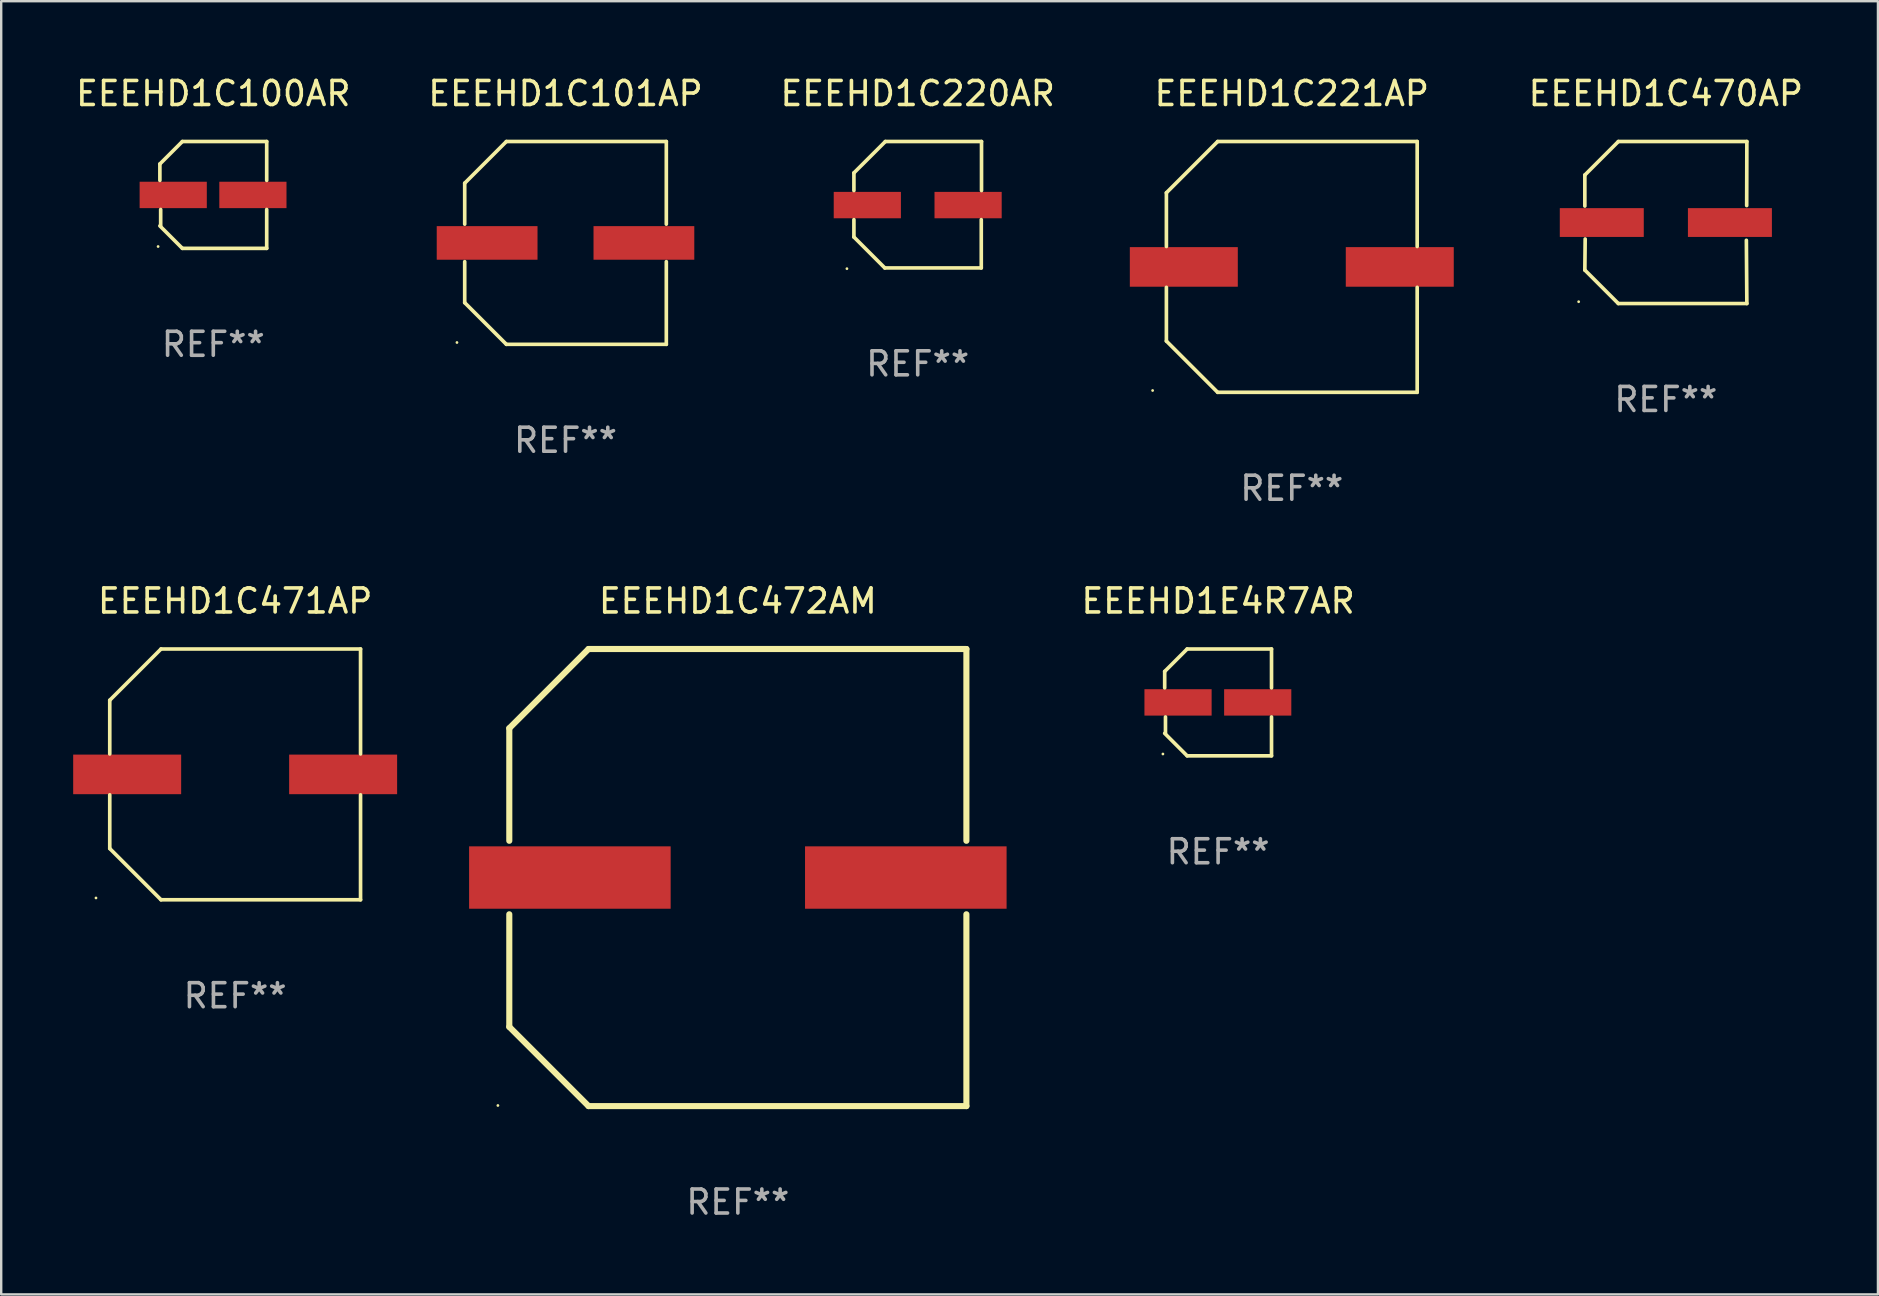
<source format=kicad_pcb>
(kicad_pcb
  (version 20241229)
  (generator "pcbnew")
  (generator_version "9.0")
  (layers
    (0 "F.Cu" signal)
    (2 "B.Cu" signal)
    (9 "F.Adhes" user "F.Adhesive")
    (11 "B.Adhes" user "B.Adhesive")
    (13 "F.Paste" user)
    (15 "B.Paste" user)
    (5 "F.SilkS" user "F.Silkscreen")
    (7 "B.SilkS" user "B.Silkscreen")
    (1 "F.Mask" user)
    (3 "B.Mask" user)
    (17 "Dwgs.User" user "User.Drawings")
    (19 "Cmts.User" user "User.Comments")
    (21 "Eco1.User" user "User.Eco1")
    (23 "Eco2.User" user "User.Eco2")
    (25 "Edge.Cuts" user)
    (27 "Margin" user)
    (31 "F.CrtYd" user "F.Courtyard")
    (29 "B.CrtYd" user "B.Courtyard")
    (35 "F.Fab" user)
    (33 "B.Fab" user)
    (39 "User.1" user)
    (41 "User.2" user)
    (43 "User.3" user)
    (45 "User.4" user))
  (footprint "EEEHD1C220AR"
    (layer "F.Cu")
    (at 35.196 5.482)
    (property "Reference" "EEEHD1C220AR" (at 0 -4.634 0) (layer "F.SilkS") (effects (font (size 1 1) (thickness 0.15))))
    (attr through_hole)
    (fp_line (start -2.659 -1.326) (end -2.659 -0.592) (stroke (width 0.152) (type solid)) (layer "F.SilkS"))
    (fp_line (start -2.659 1.346) (end -2.659 0.622) (stroke (width 0.152) (type solid)) (layer "F.SilkS"))
    (fp_line (start -1.372 2.634) (end -2.659 1.346) (stroke (width 0.152) (type solid)) (layer "F.SilkS"))
    (fp_line (start -1.349 -2.634) (end -2.659 -1.326) (stroke (width 0.152) (type solid)) (layer "F.SilkS"))
    (fp_line (start 2.649 0.622) (end 2.649 2.634) (stroke (width 0.152) (type solid)) (layer "F.SilkS"))
    (fp_line (start 2.649 2.634) (end -1.372 2.634) (stroke (width 0.152) (type solid)) (layer "F.SilkS"))
    (fp_line (start 2.659 -2.634) (end -1.349 -2.634) (stroke (width 0.152) (type solid)) (layer "F.SilkS"))
    (fp_line (start 2.659 -0.592) (end 2.659 -2.634) (stroke (width 0.152) (type solid)) (layer "F.SilkS"))
    (fp_circle (center -2.95 2.665) (end -2.92 2.665) (stroke (width 0.06) (type solid)) (fill no) (layer "F.SilkS"))
    (fp_text user "REF**" (at 0 6.634 0) (layer "F.Fab") (effects (font (size 1 1) (thickness 0.15))))
    (pad "1" smd rect (at -2.1 0.015) (size 2.8 1.1) (layers "F.Cu" "F.Mask" "F.Paste"))
    (pad "2" smd rect (at 2.1 0.015) (size 2.8 1.1) (layers "F.Cu" "F.Mask" "F.Paste")))
  (footprint "EEEHD1C472AM"
    (layer "F.Cu")
    (at 27.7 33.522)
    (property "Reference" "EEEHD1C472AM" (at 0 -11.525 0) (layer "F.SilkS") (effects (font (size 1 1) (thickness 0.15))))
    (attr through_hole)
    (fp_line (start -9.525 -6.223) (end -9.525 -1.531) (stroke (width 0.254) (type solid)) (layer "F.SilkS"))
    (fp_line (start -9.525 1.531) (end -9.525 6.223) (stroke (width 0.254) (type solid)) (layer "F.SilkS"))
    (fp_line (start -9.525 6.223) (end -6.223 9.525) (stroke (width 0.254) (type solid)) (layer "F.SilkS"))
    (fp_line (start -6.223 -9.525) (end -9.525 -6.223) (stroke (width 0.254) (type solid)) (layer "F.SilkS"))
    (fp_line (start -6.223 9.525) (end 9.525 9.525) (stroke (width 0.254) (type solid)) (layer "F.SilkS"))
    (fp_line (start 9.525 -9.525) (end -6.223 -9.525) (stroke (width 0.254) (type solid)) (layer "F.SilkS"))
    (fp_line (start 9.525 -1.531) (end 9.525 -9.525) (stroke (width 0.254) (type solid)) (layer "F.SilkS"))
    (fp_line (start 9.525 9.525) (end 9.525 1.531) (stroke (width 0.254) (type solid)) (layer "F.SilkS"))
    (fp_circle (center -10 9.5) (end -9.97 9.5) (stroke (width 0.06) (type solid)) (fill no) (layer "F.SilkS"))
    (fp_text user "REF**" (at 0 13.525 0) (layer "F.Fab") (effects (font (size 1 1) (thickness 0.15))))
    (pad "1" smd rect (at -7 0) (size 8.4 2.6) (layers "F.Cu" "F.Mask" "F.Paste"))
    (pad "2" smd rect (at 7 0) (size 8.4 2.6) (layers "F.Cu" "F.Mask" "F.Paste")))
  (footprint "EEEHD1E4R7AR"
    (layer "F.Cu")
    (at 47.715 26.223)
    (property "Reference" "EEEHD1E4R7AR" (at 0 -4.226 0) (layer "F.SilkS") (effects (font (size 1 1) (thickness 0.15))))
    (attr through_hole)
    (fp_line (start -2.226 -1.29) (end -2.226 -0.607) (stroke (width 0.152) (type solid)) (layer "F.SilkS"))
    (fp_line (start -2.193 1.29) (end -2.193 0.607) (stroke (width 0.152) (type solid)) (layer "F.SilkS"))
    (fp_line (start -1.29 2.226) (end -2.226 1.29) (stroke (width 0.152) (type solid)) (layer "F.SilkS"))
    (fp_line (start -1.29 -2.226) (end -2.226 -1.29) (stroke (width 0.152) (type solid)) (layer "F.SilkS"))
    (fp_line (start 2.226 -2.226) (end -1.29 -2.226) (stroke (width 0.152) (type solid)) (layer "F.SilkS"))
    (fp_line (start 2.226 -0.607) (end 2.226 -2.226) (stroke (width 0.152) (type solid)) (layer "F.SilkS"))
    (fp_line (start 2.226 0.607) (end 2.226 2.226) (stroke (width 0.152) (type solid)) (layer "F.SilkS"))
    (fp_line (start 2.226 2.226) (end -1.29 2.226) (stroke (width 0.152) (type solid)) (layer "F.SilkS"))
    (fp_circle (center -2.3 2.15) (end -2.27 2.15) (stroke (width 0.06) (type solid)) (fill no) (layer "F.SilkS"))
    (fp_text user "REF**" (at 0 6.226 0) (layer "F.Fab") (effects (font (size 1 1) (thickness 0.15))))
    (pad "1" smd rect (at -1.67 -0.000025) (size 2.8 1.1) (layers "F.Cu" "F.Mask" "F.Paste"))
    (pad "2" smd rect (at 1.651 -0.000025) (size 2.8 1.1) (layers "F.Cu" "F.Mask" "F.Paste")))
  (footprint "EEEHD1C100AR"
    (layer "F.Cu")
    (at 5.839 5.074)
    (property "Reference" "EEEHD1C100AR" (at 0 -4.226 0) (layer "F.SilkS") (effects (font (size 1 1) (thickness 0.15))))
    (attr through_hole)
    (fp_line (start -2.226 -1.29) (end -2.226 -0.607) (stroke (width 0.152) (type solid)) (layer "F.SilkS"))
    (fp_line (start -2.193 1.29) (end -2.193 0.607) (stroke (width 0.152) (type solid)) (layer "F.SilkS"))
    (fp_line (start -1.29 2.226) (end -2.226 1.29) (stroke (width 0.152) (type solid)) (layer "F.SilkS"))
    (fp_line (start -1.29 -2.226) (end -2.226 -1.29) (stroke (width 0.152) (type solid)) (layer "F.SilkS"))
    (fp_line (start 2.226 -2.226) (end -1.29 -2.226) (stroke (width 0.152) (type solid)) (layer "F.SilkS"))
    (fp_line (start 2.226 -0.607) (end 2.226 -2.226) (stroke (width 0.152) (type solid)) (layer "F.SilkS"))
    (fp_line (start 2.226 0.607) (end 2.226 2.226) (stroke (width 0.152) (type solid)) (layer "F.SilkS"))
    (fp_line (start 2.226 2.226) (end -1.29 2.226) (stroke (width 0.152) (type solid)) (layer "F.SilkS"))
    (fp_circle (center -2.3 2.15) (end -2.27 2.15) (stroke (width 0.06) (type solid)) (fill no) (layer "F.SilkS"))
    (fp_text user "REF**" (at 0 6.226 0) (layer "F.Fab") (effects (font (size 1 1) (thickness 0.15))))
    (pad "1" smd rect (at -1.67 -0.000025) (size 2.8 1.1) (layers "F.Cu" "F.Mask" "F.Paste"))
    (pad "2" smd rect (at 1.651 -0.000025) (size 2.8 1.1) (layers "F.Cu" "F.Mask" "F.Paste")))
  (footprint "EEEHD1C101AP"
    (layer "F.Cu")
    (at 20.518 7.074)
    (property "Reference" "EEEHD1C101AP" (at 0 -6.226 0) (layer "F.SilkS") (effects (font (size 1 1) (thickness 0.15))))
    (attr through_hole)
    (fp_line (start -4.201 -2.49) (end -4.201 -0.782) (stroke (width 0.152) (type solid)) (layer "F.SilkS"))
    (fp_line (start -4.201 2.49) (end -4.201 0.782) (stroke (width 0.152) (type solid)) (layer "F.SilkS"))
    (fp_line (start -2.465 -4.226) (end -4.201 -2.49) (stroke (width 0.152) (type solid)) (layer "F.SilkS"))
    (fp_line (start -2.465 4.226) (end -4.201 2.49) (stroke (width 0.152) (type solid)) (layer "F.SilkS"))
    (fp_line (start 4.201 -4.226) (end -2.465 -4.226) (stroke (width 0.152) (type solid)) (layer "F.SilkS"))
    (fp_line (start 4.201 -0.782) (end 4.201 -4.226) (stroke (width 0.152) (type solid)) (layer "F.SilkS"))
    (fp_line (start 4.201 0.782) (end 4.201 4.226) (stroke (width 0.152) (type solid)) (layer "F.SilkS"))
    (fp_line (start 4.201 4.226) (end -2.465 4.226) (stroke (width 0.152) (type solid)) (layer "F.SilkS"))
    (fp_circle (center -4.524 4.15) (end -4.494 4.15) (stroke (width 0.06) (type solid)) (fill no) (layer "F.SilkS"))
    (fp_text user "REF**" (at 0 8.226 0) (layer "F.Fab") (effects (font (size 1 1) (thickness 0.15))))
    (pad "1" smd rect (at -3.267 0) (size 4.2 1.4) (layers "F.Cu" "F.Mask" "F.Paste"))
    (pad "2" smd rect (at 3.267 0) (size 4.2 1.4) (layers "F.Cu" "F.Mask" "F.Paste")))
  (footprint "EEEHD1C221AP"
    (layer "F.Cu")
    (at 50.786 8.074)
    (property "Reference" "EEEHD1C221AP" (at 0 -7.226 0) (layer "F.SilkS") (effects (font (size 1 1) (thickness 0.15))))
    (attr through_hole)
    (fp_line (start -5.226 -3.09) (end -5.226 -0.852) (stroke (width 0.152) (type solid)) (layer "F.SilkS"))
    (fp_line (start -5.226 3.09) (end -5.226 0.852) (stroke (width 0.152) (type solid)) (layer "F.SilkS"))
    (fp_line (start -3.09 -5.226) (end -5.226 -3.09) (stroke (width 0.152) (type solid)) (layer "F.SilkS"))
    (fp_line (start -3.09 5.226) (end -5.226 3.09) (stroke (width 0.152) (type solid)) (layer "F.SilkS"))
    (fp_line (start 5.226 -5.226) (end -3.09 -5.226) (stroke (width 0.152) (type solid)) (layer "F.SilkS"))
    (fp_line (start 5.226 -0.852) (end 5.226 -5.226) (stroke (width 0.152) (type solid)) (layer "F.SilkS"))
    (fp_line (start 5.226 0.852) (end 5.226 5.226) (stroke (width 0.152) (type solid)) (layer "F.SilkS"))
    (fp_line (start 5.226 5.226) (end -3.09 5.226) (stroke (width 0.152) (type solid)) (layer "F.SilkS"))
    (fp_circle (center -5.8 5.15) (end -5.77 5.15) (stroke (width 0.06) (type solid)) (fill no) (layer "F.SilkS"))
    (fp_text user "REF**" (at 0 9.226 0) (layer "F.Fab") (effects (font (size 1 1) (thickness 0.15))))
    (pad "1" smd rect (at -4.5 0) (size 4.5 1.65) (layers "F.Cu" "F.Mask" "F.Paste"))
    (pad "2" smd rect (at 4.5 0) (size 4.5 1.65) (layers "F.Cu" "F.Mask" "F.Paste")))
  (footprint "EEEHD1C470AP"
    (layer "F.Cu")
    (at 66.375 6.224)
    (property "Reference" "EEEHD1C470AP" (at 0 -5.376 0) (layer "F.SilkS") (effects (font (size 1 1) (thickness 0.15))))
    (attr through_hole)
    (fp_line (start -3.376 -1.98) (end -3.376 -0.686) (stroke (width 0.152) (type solid)) (layer "F.SilkS"))
    (fp_line (start -3.376 1.981) (end -3.362 0.686) (stroke (width 0.152) (type solid)) (layer "F.SilkS"))
    (fp_line (start -1.981 3.376) (end -3.376 1.981) (stroke (width 0.152) (type solid)) (layer "F.SilkS"))
    (fp_line (start -1.98 -3.376) (end -3.376 -1.98) (stroke (width 0.152) (type solid)) (layer "F.SilkS"))
    (fp_line (start 3.356 0.74) (end 3.376 3.376) (stroke (width 0.152) (type solid)) (layer "F.SilkS"))
    (fp_line (start 3.369 -0.707) (end 3.376 -3.376) (stroke (width 0.152) (type solid)) (layer "F.SilkS"))
    (fp_line (start 3.376 3.376) (end -1.981 3.376) (stroke (width 0.152) (type solid)) (layer "F.SilkS"))
    (fp_line (start 3.376 -3.376) (end -1.98 -3.376) (stroke (width 0.152) (type solid)) (layer "F.SilkS"))
    (fp_circle (center -3.634 3.3) (end -3.604 3.3) (stroke (width 0.06) (type solid)) (fill no) (layer "F.SilkS"))
    (fp_text user "REF**" (at 0 7.376 0) (layer "F.Fab") (effects (font (size 1 1) (thickness 0.15))))
    (pad "1" smd rect (at -2.67 0.000254) (size 3.5 1.2) (layers "F.Cu" "F.Mask" "F.Paste"))
    (pad "2" smd rect (at 2.67 0.000254) (size 3.5 1.2) (layers "F.Cu" "F.Mask" "F.Paste")))
  (footprint "EEEHD1C471AP"
    (layer "F.Cu")
    (at 6.75 29.223)
    (property "Reference" "EEEHD1C471AP" (at 0 -7.226 0) (layer "F.SilkS") (effects (font (size 1 1) (thickness 0.15))))
    (attr through_hole)
    (fp_line (start -5.226 -3.09) (end -5.226 -0.852) (stroke (width 0.152) (type solid)) (layer "F.SilkS"))
    (fp_line (start -5.226 3.09) (end -5.226 0.852) (stroke (width 0.152) (type solid)) (layer "F.SilkS"))
    (fp_line (start -3.09 -5.226) (end -5.226 -3.09) (stroke (width 0.152) (type solid)) (layer "F.SilkS"))
    (fp_line (start -3.09 5.226) (end -5.226 3.09) (stroke (width 0.152) (type solid)) (layer "F.SilkS"))
    (fp_line (start 5.226 -5.226) (end -3.09 -5.226) (stroke (width 0.152) (type solid)) (layer "F.SilkS"))
    (fp_line (start 5.226 -0.852) (end 5.226 -5.226) (stroke (width 0.152) (type solid)) (layer "F.SilkS"))
    (fp_line (start 5.226 0.852) (end 5.226 5.226) (stroke (width 0.152) (type solid)) (layer "F.SilkS"))
    (fp_line (start 5.226 5.226) (end -3.09 5.226) (stroke (width 0.152) (type solid)) (layer "F.SilkS"))
    (fp_circle (center -5.8 5.15) (end -5.77 5.15) (stroke (width 0.06) (type solid)) (fill no) (layer "F.SilkS"))
    (fp_text user "REF**" (at 0 9.226 0) (layer "F.Fab") (effects (font (size 1 1) (thickness 0.15))))
    (pad "1" smd rect (at -4.5 0) (size 4.5 1.65) (layers "F.Cu" "F.Mask" "F.Paste"))
    (pad "2" smd rect (at 4.5 0) (size 4.5 1.65) (layers "F.Cu" "F.Mask" "F.Paste")))
  (gr_rect
    (start -3 -3)
    (end 75.214 50.896)
    (stroke (width 0.1) (type default))
    (fill no)
    (layer "Edge.Cuts")))
</source>
